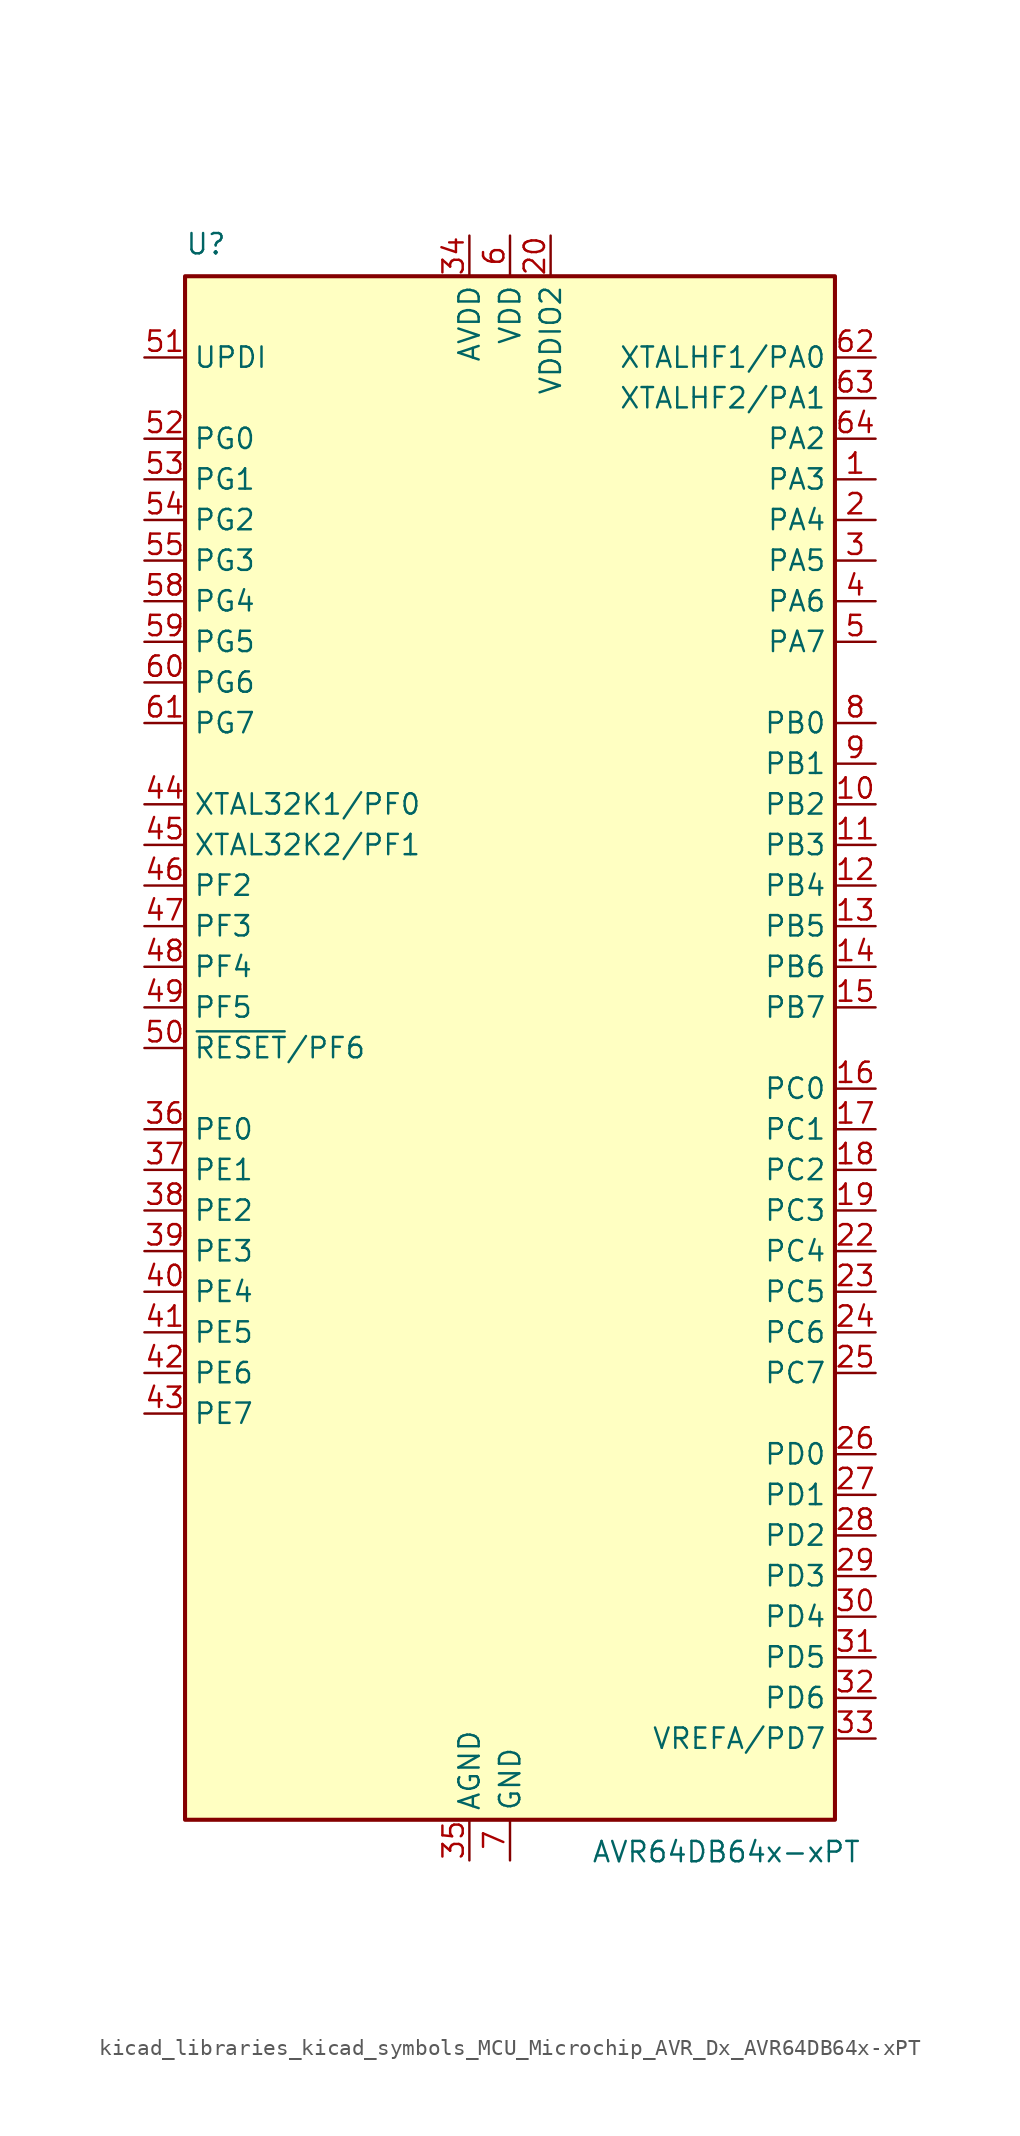
<source format=kicad_sym>
(kicad_symbol_lib
  (version 20220914)
  (generator kicad_symbol_editor)
  (symbol "kicad_libraries_kicad_symbols_MCU_Microchip_AVR_Dx_AVR64DB64x-xPT"
    (property "Reference" "U"
      (at -20.32 49.53 0)
      (effects (font (size 1.27 1.27)) (justify left bottom)))
    (property "Value" "AVR64DB64x-xPT"
      (at 5.08 -49.53 0)
      (effects (font (size 1.27 1.27)) (justify left top)))
    (symbol "kicad_libraries_kicad_symbols_MCU_Microchip_AVR_Dx_AVR64DB64x-xPT_0_1"
      (rectangle (start -20.32 48.26) (end 20.32 -48.26) (stroke (width 0.254) (type default)) (fill (type background))))
    (symbol "kicad_libraries_kicad_symbols_MCU_Microchip_AVR_Dx_AVR64DB64x-xPT_1_1"
      (pin bidirectional line (at 22.86 35.56 180) (length 2.54) (name "PA3" (effects (font (size 1.27 1.27)))) (number "1" (effects (font (size 1.27 1.27)))))
      (pin bidirectional line (at 22.86 15.24 180) (length 2.54) (name "PB2" (effects (font (size 1.27 1.27)))) (number "10" (effects (font (size 1.27 1.27)))))
      (pin bidirectional line (at 22.86 12.7 180) (length 2.54) (name "PB3" (effects (font (size 1.27 1.27)))) (number "11" (effects (font (size 1.27 1.27)))))
      (pin bidirectional line (at 22.86 10.16 180) (length 2.54) (name "PB4" (effects (font (size 1.27 1.27)))) (number "12" (effects (font (size 1.27 1.27)))))
      (pin bidirectional line (at 22.86 7.62 180) (length 2.54) (name "PB5" (effects (font (size 1.27 1.27)))) (number "13" (effects (font (size 1.27 1.27)))))
      (pin bidirectional line (at 22.86 5.08 180) (length 2.54) (name "PB6" (effects (font (size 1.27 1.27)))) (number "14" (effects (font (size 1.27 1.27)))))
      (pin bidirectional line (at 22.86 2.54 180) (length 2.54) (name "PB7" (effects (font (size 1.27 1.27)))) (number "15" (effects (font (size 1.27 1.27)))))
      (pin bidirectional line (at 22.86 -2.54 180) (length 2.54) (name "PC0" (effects (font (size 1.27 1.27)))) (number "16" (effects (font (size 1.27 1.27)))))
      (pin bidirectional line (at 22.86 -5.08 180) (length 2.54) (name "PC1" (effects (font (size 1.27 1.27)))) (number "17" (effects (font (size 1.27 1.27)))))
      (pin bidirectional line (at 22.86 -7.62 180) (length 2.54) (name "PC2" (effects (font (size 1.27 1.27)))) (number "18" (effects (font (size 1.27 1.27)))))
      (pin bidirectional line (at 22.86 -10.16 180) (length 2.54) (name "PC3" (effects (font (size 1.27 1.27)))) (number "19" (effects (font (size 1.27 1.27)))))
      (pin bidirectional line (at 22.86 33.02 180) (length 2.54) (name "PA4" (effects (font (size 1.27 1.27)))) (number "2" (effects (font (size 1.27 1.27)))))
      (pin power_in line (at 2.54 50.8 270) (length 2.54) (name "VDDIO2" (effects (font (size 1.27 1.27)))) (number "20" (effects (font (size 1.27 1.27)))))
      (pin passive line (at 0 -50.8 90) (length 2.54) hide (name "GND" (effects (font (size 1.27 1.27)))) (number "21" (effects (font (size 1.27 1.27)))))
      (pin bidirectional line (at 22.86 -12.7 180) (length 2.54) (name "PC4" (effects (font (size 1.27 1.27)))) (number "22" (effects (font (size 1.27 1.27)))))
      (pin bidirectional line (at 22.86 -15.24 180) (length 2.54) (name "PC5" (effects (font (size 1.27 1.27)))) (number "23" (effects (font (size 1.27 1.27)))))
      (pin bidirectional line (at 22.86 -17.78 180) (length 2.54) (name "PC6" (effects (font (size 1.27 1.27)))) (number "24" (effects (font (size 1.27 1.27)))))
      (pin bidirectional line (at 22.86 -20.32 180) (length 2.54) (name "PC7" (effects (font (size 1.27 1.27)))) (number "25" (effects (font (size 1.27 1.27)))))
      (pin bidirectional line (at 22.86 -25.4 180) (length 2.54) (name "PD0" (effects (font (size 1.27 1.27)))) (number "26" (effects (font (size 1.27 1.27)))))
      (pin bidirectional line (at 22.86 -27.94 180) (length 2.54) (name "PD1" (effects (font (size 1.27 1.27)))) (number "27" (effects (font (size 1.27 1.27)))))
      (pin bidirectional line (at 22.86 -30.48 180) (length 2.54) (name "PD2" (effects (font (size 1.27 1.27)))) (number "28" (effects (font (size 1.27 1.27)))))
      (pin bidirectional line (at 22.86 -33.02 180) (length 2.54) (name "PD3" (effects (font (size 1.27 1.27)))) (number "29" (effects (font (size 1.27 1.27)))))
      (pin bidirectional line (at 22.86 30.48 180) (length 2.54) (name "PA5" (effects (font (size 1.27 1.27)))) (number "3" (effects (font (size 1.27 1.27)))))
      (pin bidirectional line (at 22.86 -35.56 180) (length 2.54) (name "PD4" (effects (font (size 1.27 1.27)))) (number "30" (effects (font (size 1.27 1.27)))))
      (pin bidirectional line (at 22.86 -38.1 180) (length 2.54) (name "PD5" (effects (font (size 1.27 1.27)))) (number "31" (effects (font (size 1.27 1.27)))))
      (pin bidirectional line (at 22.86 -40.64 180) (length 2.54) (name "PD6" (effects (font (size 1.27 1.27)))) (number "32" (effects (font (size 1.27 1.27)))))
      (pin bidirectional line (at 22.86 -43.18 180) (length 2.54) (name "VREFA/PD7" (effects (font (size 1.27 1.27)))) (number "33" (effects (font (size 1.27 1.27)))))
      (pin power_in line (at -2.54 50.8 270) (length 2.54) (name "AVDD" (effects (font (size 1.27 1.27)))) (number "34" (effects (font (size 1.27 1.27)))))
      (pin power_in line (at -2.54 -50.8 90) (length 2.54) (name "AGND" (effects (font (size 1.27 1.27)))) (number "35" (effects (font (size 1.27 1.27)))))
      (pin bidirectional line (at -22.86 -5.08 0) (length 2.54) (name "PE0" (effects (font (size 1.27 1.27)))) (number "36" (effects (font (size 1.27 1.27)))))
      (pin bidirectional line (at -22.86 -7.62 0) (length 2.54) (name "PE1" (effects (font (size 1.27 1.27)))) (number "37" (effects (font (size 1.27 1.27)))))
      (pin bidirectional line (at -22.86 -10.16 0) (length 2.54) (name "PE2" (effects (font (size 1.27 1.27)))) (number "38" (effects (font (size 1.27 1.27)))))
      (pin bidirectional line (at -22.86 -12.7 0) (length 2.54) (name "PE3" (effects (font (size 1.27 1.27)))) (number "39" (effects (font (size 1.27 1.27)))))
      (pin bidirectional line (at 22.86 27.94 180) (length 2.54) (name "PA6" (effects (font (size 1.27 1.27)))) (number "4" (effects (font (size 1.27 1.27)))))
      (pin bidirectional line (at -22.86 -15.24 0) (length 2.54) (name "PE4" (effects (font (size 1.27 1.27)))) (number "40" (effects (font (size 1.27 1.27)))))
      (pin bidirectional line (at -22.86 -17.78 0) (length 2.54) (name "PE5" (effects (font (size 1.27 1.27)))) (number "41" (effects (font (size 1.27 1.27)))))
      (pin bidirectional line (at -22.86 -20.32 0) (length 2.54) (name "PE6" (effects (font (size 1.27 1.27)))) (number "42" (effects (font (size 1.27 1.27)))))
      (pin bidirectional line (at -22.86 -22.86 0) (length 2.54) (name "PE7" (effects (font (size 1.27 1.27)))) (number "43" (effects (font (size 1.27 1.27)))))
      (pin bidirectional line (at -22.86 15.24 0) (length 2.54) (name "XTAL32K1/PF0" (effects (font (size 1.27 1.27)))) (number "44" (effects (font (size 1.27 1.27)))))
      (pin bidirectional line (at -22.86 12.7 0) (length 2.54) (name "XTAL32K2/PF1" (effects (font (size 1.27 1.27)))) (number "45" (effects (font (size 1.27 1.27)))))
      (pin bidirectional line (at -22.86 10.16 0) (length 2.54) (name "PF2" (effects (font (size 1.27 1.27)))) (number "46" (effects (font (size 1.27 1.27)))))
      (pin bidirectional line (at -22.86 7.62 0) (length 2.54) (name "PF3" (effects (font (size 1.27 1.27)))) (number "47" (effects (font (size 1.27 1.27)))))
      (pin bidirectional line (at -22.86 5.08 0) (length 2.54) (name "PF4" (effects (font (size 1.27 1.27)))) (number "48" (effects (font (size 1.27 1.27)))))
      (pin bidirectional line (at -22.86 2.54 0) (length 2.54) (name "PF5" (effects (font (size 1.27 1.27)))) (number "49" (effects (font (size 1.27 1.27)))))
      (pin bidirectional line (at 22.86 25.4 180) (length 2.54) (name "PA7" (effects (font (size 1.27 1.27)))) (number "5" (effects (font (size 1.27 1.27)))))
      (pin bidirectional line (at -22.86 0 0) (length 2.54) (name "~{RESET}/PF6" (effects (font (size 1.27 1.27)))) (number "50" (effects (font (size 1.27 1.27)))))
      (pin input line (at -22.86 43.18 0) (length 2.54) (name "UPDI" (effects (font (size 1.27 1.27)))) (number "51" (effects (font (size 1.27 1.27)))))
      (pin bidirectional line (at -22.86 38.1 0) (length 2.54) (name "PG0" (effects (font (size 1.27 1.27)))) (number "52" (effects (font (size 1.27 1.27)))))
      (pin bidirectional line (at -22.86 35.56 0) (length 2.54) (name "PG1" (effects (font (size 1.27 1.27)))) (number "53" (effects (font (size 1.27 1.27)))))
      (pin bidirectional line (at -22.86 33.02 0) (length 2.54) (name "PG2" (effects (font (size 1.27 1.27)))) (number "54" (effects (font (size 1.27 1.27)))))
      (pin bidirectional line (at -22.86 30.48 0) (length 2.54) (name "PG3" (effects (font (size 1.27 1.27)))) (number "55" (effects (font (size 1.27 1.27)))))
      (pin passive line (at 0 50.8 270) (length 2.54) hide (name "VDD" (effects (font (size 1.27 1.27)))) (number "56" (effects (font (size 1.27 1.27)))))
      (pin passive line (at 0 -50.8 90) (length 2.54) hide (name "GND" (effects (font (size 1.27 1.27)))) (number "57" (effects (font (size 1.27 1.27)))))
      (pin bidirectional line (at -22.86 27.94 0) (length 2.54) (name "PG4" (effects (font (size 1.27 1.27)))) (number "58" (effects (font (size 1.27 1.27)))))
      (pin bidirectional line (at -22.86 25.4 0) (length 2.54) (name "PG5" (effects (font (size 1.27 1.27)))) (number "59" (effects (font (size 1.27 1.27)))))
      (pin power_in line (at 0 50.8 270) (length 2.54) (name "VDD" (effects (font (size 1.27 1.27)))) (number "6" (effects (font (size 1.27 1.27)))))
      (pin bidirectional line (at -22.86 22.86 0) (length 2.54) (name "PG6" (effects (font (size 1.27 1.27)))) (number "60" (effects (font (size 1.27 1.27)))))
      (pin bidirectional line (at -22.86 20.32 0) (length 2.54) (name "PG7" (effects (font (size 1.27 1.27)))) (number "61" (effects (font (size 1.27 1.27)))))
      (pin bidirectional line (at 22.86 43.18 180) (length 2.54) (name "XTALHF1/PA0" (effects (font (size 1.27 1.27)))) (number "62" (effects (font (size 1.27 1.27)))))
      (pin bidirectional line (at 22.86 40.64 180) (length 2.54) (name "XTALHF2/PA1" (effects (font (size 1.27 1.27)))) (number "63" (effects (font (size 1.27 1.27)))))
      (pin bidirectional line (at 22.86 38.1 180) (length 2.54) (name "PA2" (effects (font (size 1.27 1.27)))) (number "64" (effects (font (size 1.27 1.27)))))
      (pin power_in line (at 0 -50.8 90) (length 2.54) (name "GND" (effects (font (size 1.27 1.27)))) (number "7" (effects (font (size 1.27 1.27)))))
      (pin bidirectional line (at 22.86 20.32 180) (length 2.54) (name "PB0" (effects (font (size 1.27 1.27)))) (number "8" (effects (font (size 1.27 1.27)))))
      (pin bidirectional line (at 22.86 17.78 180) (length 2.54) (name "PB1" (effects (font (size 1.27 1.27)))) (number "9" (effects (font (size 1.27 1.27))))))))
</source>
